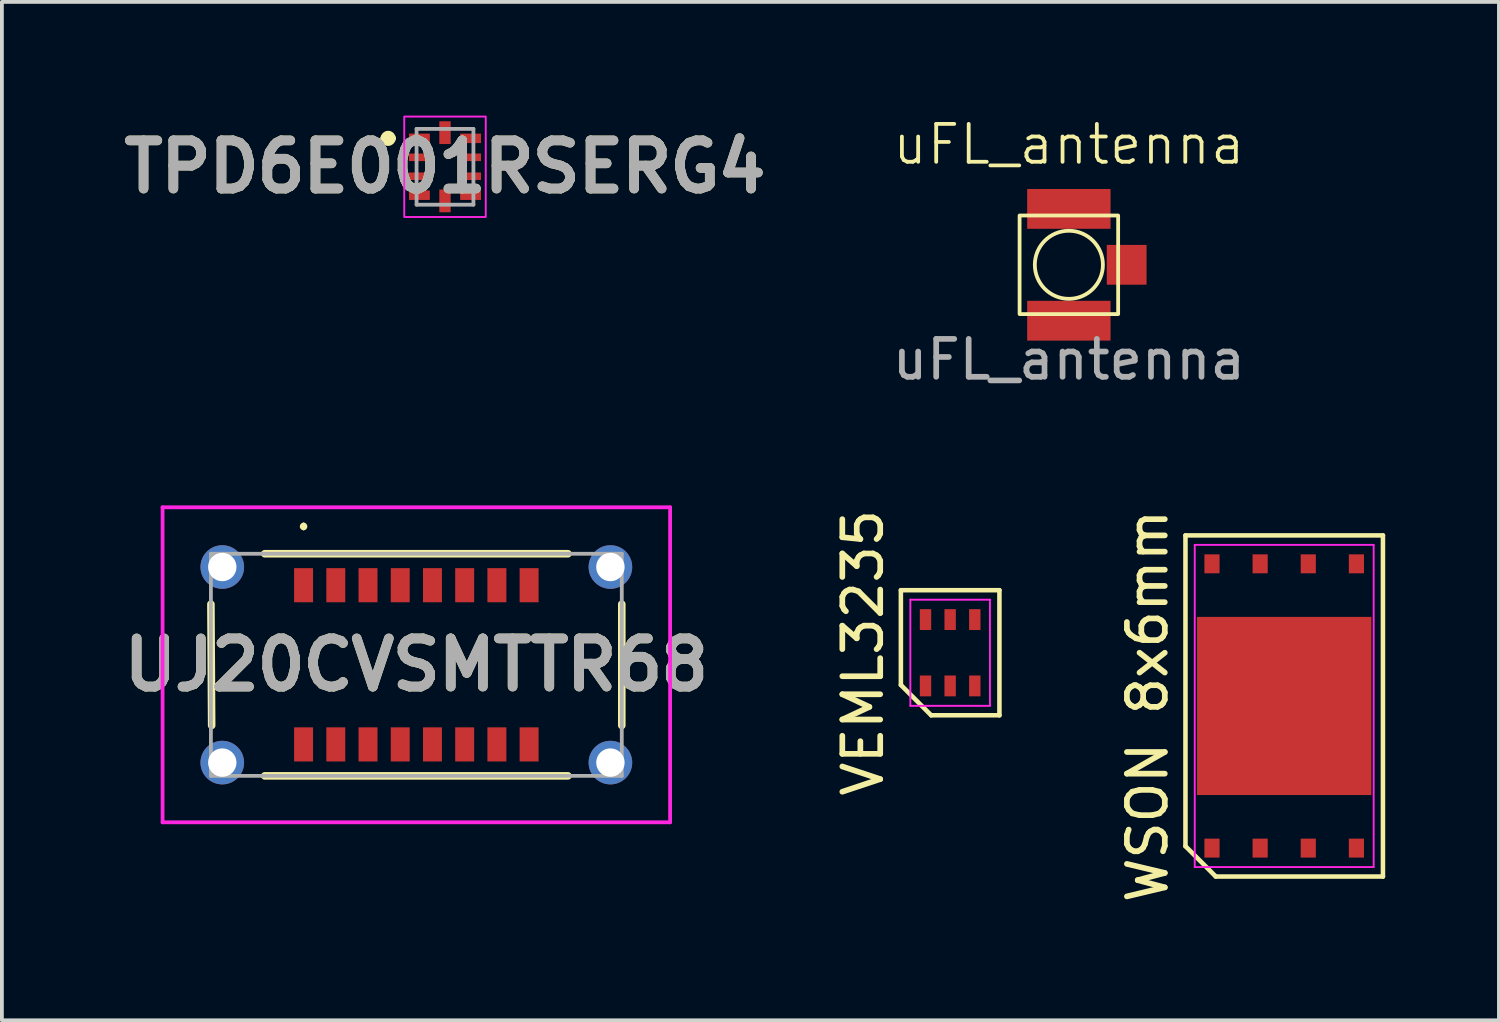
<source format=kicad_pcb>
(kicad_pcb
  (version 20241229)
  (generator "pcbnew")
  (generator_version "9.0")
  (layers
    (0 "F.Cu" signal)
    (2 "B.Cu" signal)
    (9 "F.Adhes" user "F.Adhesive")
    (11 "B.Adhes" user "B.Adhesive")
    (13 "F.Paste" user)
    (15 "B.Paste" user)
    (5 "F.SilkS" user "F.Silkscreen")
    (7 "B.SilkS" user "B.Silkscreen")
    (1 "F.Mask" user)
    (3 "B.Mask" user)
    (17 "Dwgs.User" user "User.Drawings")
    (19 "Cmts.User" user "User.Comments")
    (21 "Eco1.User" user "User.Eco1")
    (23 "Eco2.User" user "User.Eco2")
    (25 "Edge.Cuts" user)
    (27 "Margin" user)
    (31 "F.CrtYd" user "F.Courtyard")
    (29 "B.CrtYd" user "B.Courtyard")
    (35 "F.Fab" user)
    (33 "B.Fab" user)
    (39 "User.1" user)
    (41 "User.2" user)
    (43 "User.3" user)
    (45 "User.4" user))
  (footprint "TPD6E001RSERG4"
    (layer "F.Cu")
    (at 8.69 1.35)
    (property "Reference" "TPD6E001RSERG4" (at 0 0 0) (layer "F.SilkS") (effects (font (size 1.27 1.27) (thickness 0.254))))
    (attr smd)
    (fp_line (start -1.6 -0.75) (end -1.6 -0.75) (stroke (width 0.2) (type solid)) (layer "F.SilkS"))
    (fp_line (start -1.4 -0.75) (end -1.4 -0.75) (stroke (width 0.2) (type solid)) (layer "F.SilkS"))
    (fp_arc (start -1.6 -0.75) (mid -1.5 -0.85) (end -1.4 -0.75) (stroke (width 0.2) (type solid)) (layer "F.SilkS"))
    (fp_arc (start -1.4 -0.75) (mid -1.5 -0.65) (end -1.6 -0.75) (stroke (width 0.2) (type solid)) (layer "F.SilkS"))
    (fp_rect (start -1.075 -1.325) (end 1.075 1.325) (stroke (width 0.05) (type default)) (fill no) (layer "F.CrtYd"))
    (fp_line (start -0.75 -1) (end 0.75 -1) (stroke (width 0.1) (type solid)) (layer "F.Fab"))
    (fp_line (start -0.75 1) (end -0.75 -1) (stroke (width 0.1) (type solid)) (layer "F.Fab"))
    (fp_line (start 0.75 -1) (end 0.75 1) (stroke (width 0.1) (type solid)) (layer "F.Fab"))
    (fp_line (start 0.75 1) (end -0.75 1) (stroke (width 0.1) (type solid)) (layer "F.Fab"))
    (fp_text user "${REFERENCE}" (at 0 0 0) (layer "F.Fab") (effects (font (size 1.27 1.27) (thickness 0.254))))
    (pad "1" smd rect (at -0.675 -0.75 90) (size 0.25 0.55) (layers "F.Cu" "F.Mask" "F.Paste"))
    (pad "2" smd rect (at -0.675 -0.25 90) (size 0.2 0.55) (layers "F.Cu" "F.Mask" "F.Paste"))
    (pad "3" smd rect (at -0.675 0.25 90) (size 0.2 0.55) (layers "F.Cu" "F.Mask" "F.Paste"))
    (pad "4" smd rect (at -0.675 0.75 90) (size 0.25 0.55) (layers "F.Cu" "F.Mask" "F.Paste"))
    (pad "5" smd rect (at 0 0.9) (size 0.3 0.6) (layers "F.Cu" "F.Mask" "F.Paste"))
    (pad "6" smd rect (at 0.675 0.75 90) (size 0.25 0.55) (layers "F.Cu" "F.Mask" "F.Paste"))
    (pad "7" smd rect (at 0.675 0.25 90) (size 0.2 0.55) (layers "F.Cu" "F.Mask" "F.Paste"))
    (pad "8" smd rect (at 0.675 -0.25 90) (size 0.2 0.55) (layers "F.Cu" "F.Mask" "F.Paste"))
    (pad "9" smd rect (at 0.675 -0.75 90) (size 0.25 0.55) (layers "F.Cu" "F.Mask" "F.Paste"))
    (pad "10" smd rect (at 0 -0.9) (size 0.3 0.6) (layers "F.Cu" "F.Mask" "F.Paste")))
  (footprint "uFL_antenna"
    (layer "F.Cu")
    (at 25.149 3.936)
    (property "Reference" "uFL_antenna" (at 0 -3.175 0) (unlocked yes) (layer "F.SilkS") (effects (font (size 1 1) (thickness 0.1))))
    (attr smd)
    (fp_rect (start -1.3 -1.3) (end 1.3 1.3) (stroke (width 0.1) (type default)) (fill no) (layer "F.SilkS"))
    (fp_circle (center 0 0) (end 0.635 0.635) (stroke (width 0.1) (type default)) (fill no) (layer "F.SilkS"))
    (fp_text user "${REFERENCE}" (at 0 2.5 0) (unlocked yes) (layer "F.Fab") (effects (font (size 1 1) (thickness 0.15))))
    (pad "1" smd rect (at 1.525 0) (size 1.05 1.05) (layers "F.Cu" "F.Mask" "F.Paste"))
    (pad "2" smd rect (at 0 -1.475) (size 2.2 1.05) (layers "F.Cu" "F.Mask" "F.Paste"))
    (pad "2" smd rect (at 0 1.475) (size 2.2 1.05) (layers "F.Cu" "F.Mask" "F.Paste")))
  (footprint "VEML3235"
    (layer "F.Cu")
    (at 22.017 14.171)
    (property "Reference" "VEML3235" (at -2.3 0 90) (layer "F.SilkS") (effects (font (size 1 1) (thickness 0.15))))
    (attr through_hole)
    (fp_line (start -1.3 -1.65) (end 1.3 -1.65) (stroke (width 0.12) (type default)) (layer "F.SilkS"))
    (fp_line (start -1.3 0.85) (end -1.3 -1.65) (stroke (width 0.12) (type default)) (layer "F.SilkS"))
    (fp_line (start -0.5 1.65) (end -1.3 0.85) (stroke (width 0.12) (type default)) (layer "F.SilkS"))
    (fp_line (start 1.3 -1.65) (end 1.3 1.65) (stroke (width 0.12) (type default)) (layer "F.SilkS"))
    (fp_line (start 1.3 1.65) (end -0.5 1.65) (stroke (width 0.12) (type default)) (layer "F.SilkS"))
    (fp_line (start -1.05 -1.4) (end 1.05 -1.4) (stroke (width 0.05) (type default)) (layer "F.CrtYd"))
    (fp_line (start -1.05 1.4) (end -1.05 -1.4) (stroke (width 0.05) (type default)) (layer "F.CrtYd"))
    (fp_line (start 1.05 -1.4) (end 1.05 1.4) (stroke (width 0.05) (type default)) (layer "F.CrtYd"))
    (fp_line (start 1.05 1.4) (end -1.05 1.4) (stroke (width 0.05) (type default)) (layer "F.CrtYd"))
    (pad "1" smd rect (at -0.65 0.875) (size 0.3 0.55) (layers "F.Cu" "F.Mask" "F.Paste"))
    (pad "2" smd rect (at 0 0.875) (size 0.3 0.55) (layers "F.Cu" "F.Mask" "F.Paste"))
    (pad "3" smd rect (at 0.65 0.875) (size 0.3 0.55) (layers "F.Cu" "F.Mask" "F.Paste"))
    (pad "4" smd rect (at 0.65 -0.875) (size 0.3 0.55) (layers "F.Cu" "F.Mask" "F.Paste"))
    (pad "5" smd rect (at 0 -0.875) (size 0.3 0.55) (layers "F.Cu" "F.Mask" "F.Paste"))
    (pad "6" smd rect (at -0.65 -0.875) (size 0.3 0.55) (layers "F.Cu" "F.Mask" "F.Paste")))
  (footprint "UJ20CVSMTTR68"
    (layer "F.Cu")
    (at 7.934 14.489)
    (property "Reference" "UJ20CVSMTTR68" (at 0 0 0) (layer "F.SilkS") (effects (font (size 1.27 1.27) (thickness 0.254))))
    (attr through_hole)
    (fp_line (start -5.42 -1.6) (end -5.4 1.6) (stroke (width 0.2) (type solid)) (layer "F.SilkS"))
    (fp_line (start -4 -2.93) (end 4 -2.93) (stroke (width 0.2) (type solid)) (layer "F.SilkS"))
    (fp_line (start -4 2.93) (end 4 2.93) (stroke (width 0.2) (type solid)) (layer "F.SilkS"))
    (fp_line (start -2.975 -3.7) (end -2.975 -3.7) (stroke (width 0.1) (type solid)) (layer "F.SilkS"))
    (fp_line (start -2.975 -3.6) (end -2.975 -3.6) (stroke (width 0.1) (type solid)) (layer "F.SilkS"))
    (fp_line (start 5.42 1.6) (end 5.42 -1.6) (stroke (width 0.2) (type solid)) (layer "F.SilkS"))
    (fp_arc (start -2.975 -3.7) (mid -2.925 -3.65) (end -2.975 -3.6) (stroke (width 0.1) (type solid)) (layer "F.SilkS"))
    (fp_arc (start -2.975 -3.6) (mid -3.025 -3.65) (end -2.975 -3.7) (stroke (width 0.1) (type solid)) (layer "F.SilkS"))
    (fp_line (start -6.695 -4.155) (end 6.695 -4.155) (stroke (width 0.1) (type solid)) (layer "F.CrtYd"))
    (fp_line (start -6.695 4.155) (end -6.695 -4.155) (stroke (width 0.1) (type solid)) (layer "F.CrtYd"))
    (fp_line (start 6.695 -4.155) (end 6.695 4.155) (stroke (width 0.1) (type solid)) (layer "F.CrtYd"))
    (fp_line (start 6.695 4.155) (end -6.695 4.155) (stroke (width 0.1) (type solid)) (layer "F.CrtYd"))
    (fp_line (start -5.42 -2.93) (end -5.42 2.93) (stroke (width 0.1) (type solid)) (layer "F.Fab"))
    (fp_line (start -5.42 2.93) (end 5.42 2.93) (stroke (width 0.1) (type solid)) (layer "F.Fab"))
    (fp_line (start 5.42 -2.93) (end -5.42 -2.93) (stroke (width 0.1) (type solid)) (layer "F.Fab"))
    (fp_line (start 5.42 2.93) (end 5.42 -2.93) (stroke (width 0.1) (type solid)) (layer "F.Fab"))
    (fp_text user "${REFERENCE}" (at 0 0 0) (layer "F.Fab") (effects (font (size 1.27 1.27) (thickness 0.254))))
    (pad "A1" smd rect (at -2.975 -2.1) (size 0.5 0.9) (layers "F.Cu" "F.Mask" "F.Paste"))
    (pad "A4" smd rect (at -2.125 -2.1) (size 0.5 0.9) (layers "F.Cu" "F.Mask" "F.Paste"))
    (pad "A5" smd rect (at -1.275 -2.1) (size 0.5 0.9) (layers "F.Cu" "F.Mask" "F.Paste"))
    (pad "A6" smd rect (at -0.425 -2.1) (size 0.5 0.9) (layers "F.Cu" "F.Mask" "F.Paste"))
    (pad "A7" smd rect (at 0.425 -2.1) (size 0.5 0.9) (layers "F.Cu" "F.Mask" "F.Paste"))
    (pad "A8" smd rect (at 1.275 -2.1) (size 0.5 0.9) (layers "F.Cu" "F.Mask" "F.Paste"))
    (pad "A9" smd rect (at 2.125 -2.1) (size 0.5 0.9) (layers "F.Cu" "F.Mask" "F.Paste"))
    (pad "A12" smd rect (at 2.975 -2.1) (size 0.5 0.9) (layers "F.Cu" "F.Mask" "F.Paste"))
    (pad "B1" smd rect (at 2.975 2.1) (size 0.5 0.9) (layers "F.Cu" "F.Mask" "F.Paste"))
    (pad "B4" smd rect (at 2.125 2.1) (size 0.5 0.9) (layers "F.Cu" "F.Mask" "F.Paste"))
    (pad "B5" smd rect (at 1.275 2.1) (size 0.5 0.9) (layers "F.Cu" "F.Mask" "F.Paste"))
    (pad "B6" smd rect (at 0.425 2.1) (size 0.5 0.9) (layers "F.Cu" "F.Mask" "F.Paste"))
    (pad "B7" smd rect (at -0.425 2.1) (size 0.5 0.9) (layers "F.Cu" "F.Mask" "F.Paste"))
    (pad "B8" smd rect (at -1.275 2.1) (size 0.5 0.9) (layers "F.Cu" "F.Mask" "F.Paste"))
    (pad "B9" smd rect (at -2.125 2.1) (size 0.5 0.9) (layers "F.Cu" "F.Mask" "F.Paste"))
    (pad "B12" smd rect (at -2.975 2.1) (size 0.5 0.9) (layers "F.Cu" "F.Mask" "F.Paste"))
    (pad "MH1" thru_hole circle (at -5.12 -2.58) (size 1.15 1.15) (drill 0.75) (layers "*.Cu" "*.Mask"))
    (pad "MH2" thru_hole circle (at 5.12 -2.58) (size 1.15 1.15) (drill 0.75) (layers "*.Cu" "*.Mask"))
    (pad "MH3" thru_hole circle (at 5.12 2.58) (size 1.15 1.15) (drill 0.75) (layers "*.Cu" "*.Mask"))
    (pad "MH4" thru_hole circle (at -5.12 2.58) (size 1.15 1.15) (drill 0.75) (layers "*.Cu" "*.Mask")))
  (footprint "WSON 8x6mm"
    (layer "F.Cu")
    (at 30.83 15.575)
    (property "Reference" "WSON 8x6mm" (at -3.605 0 90) (layer "F.SilkS") (effects (font (size 1 1) (thickness 0.15))))
    (attr through_hole)
    (fp_line (start -2.605 -4.5) (end 2.605 -4.5) (stroke (width 0.12) (type default)) (layer "F.SilkS"))
    (fp_line (start -2.605 3.7) (end -2.605 -4.5) (stroke (width 0.12) (type default)) (layer "F.SilkS"))
    (fp_line (start -1.805 4.5) (end -2.605 3.7) (stroke (width 0.12) (type default)) (layer "F.SilkS"))
    (fp_line (start 2.605 -4.5) (end 2.605 4.5) (stroke (width 0.12) (type default)) (layer "F.SilkS"))
    (fp_line (start 2.605 4.5) (end -1.805 4.5) (stroke (width 0.12) (type default)) (layer "F.SilkS"))
    (fp_line (start -2.36 -4.25) (end 2.36 -4.25) (stroke (width 0.05) (type default)) (layer "F.CrtYd"))
    (fp_line (start -2.36 4.25) (end -2.36 -4.25) (stroke (width 0.05) (type default)) (layer "F.CrtYd"))
    (fp_line (start 2.36 -4.25) (end 2.36 4.25) (stroke (width 0.05) (type default)) (layer "F.CrtYd"))
    (fp_line (start 2.36 4.25) (end -2.36 4.25) (stroke (width 0.05) (type default)) (layer "F.CrtYd"))
    (pad "1" smd rect (at -1.905 3.75) (size 0.4 0.5) (layers "F.Cu" "F.Mask" "F.Paste"))
    (pad "2" smd rect (at -0.635 3.75) (size 0.4 0.5) (layers "F.Cu" "F.Mask" "F.Paste"))
    (pad "3" smd rect (at 0.635 3.75) (size 0.4 0.5) (layers "F.Cu" "F.Mask" "F.Paste"))
    (pad "4" smd rect (at 0 0) (size 4.6 4.7) (layers "F.Cu" "F.Mask" "F.Paste"))
    (pad "4" smd rect (at 1.905 3.75) (size 0.4 0.5) (layers "F.Cu" "F.Mask" "F.Paste"))
    (pad "5" smd rect (at 1.905 -3.75) (size 0.4 0.5) (layers "F.Cu" "F.Mask" "F.Paste"))
    (pad "6" smd rect (at 0.635 -3.75) (size 0.4 0.5) (layers "F.Cu" "F.Mask" "F.Paste"))
    (pad "7" smd rect (at -0.635 -3.75) (size 0.4 0.5) (layers "F.Cu" "F.Mask" "F.Paste"))
    (pad "8" smd rect (at -1.905 -3.75) (size 0.4 0.5) (layers "F.Cu" "F.Mask" "F.Paste")))
  (gr_rect
    (start -3 -3)
    (end 36.495 23.867)
    (stroke (width 0.1) (type default))
    (fill no)
    (layer "Edge.Cuts")))
</source>
